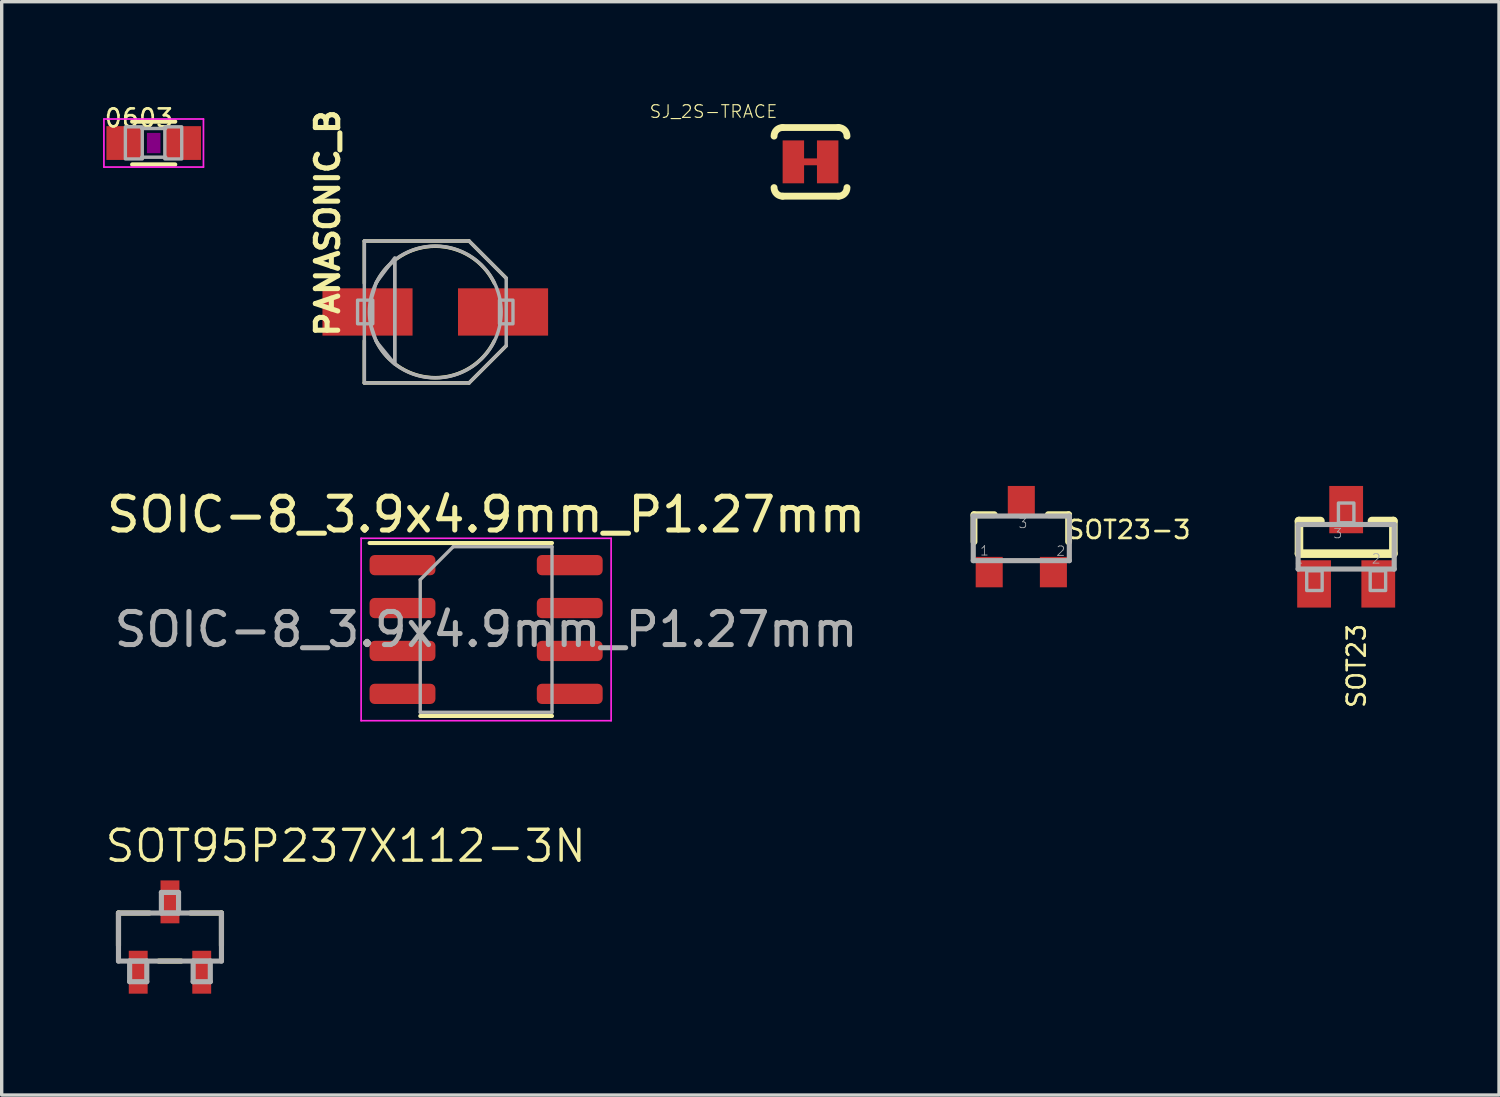
<source format=kicad_pcb>
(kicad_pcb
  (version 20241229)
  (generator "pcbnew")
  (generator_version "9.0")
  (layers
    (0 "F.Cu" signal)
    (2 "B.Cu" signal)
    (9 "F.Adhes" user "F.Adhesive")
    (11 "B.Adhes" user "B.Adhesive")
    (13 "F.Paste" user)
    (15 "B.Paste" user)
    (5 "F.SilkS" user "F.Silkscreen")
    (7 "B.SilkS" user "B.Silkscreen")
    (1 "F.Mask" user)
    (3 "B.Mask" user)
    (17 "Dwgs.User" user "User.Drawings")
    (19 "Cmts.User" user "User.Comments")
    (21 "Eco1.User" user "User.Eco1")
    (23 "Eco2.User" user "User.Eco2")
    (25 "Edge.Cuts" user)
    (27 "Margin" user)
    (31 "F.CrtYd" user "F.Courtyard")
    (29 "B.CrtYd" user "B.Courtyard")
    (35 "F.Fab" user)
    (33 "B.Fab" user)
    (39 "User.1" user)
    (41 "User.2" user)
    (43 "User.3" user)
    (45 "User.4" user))
  (footprint "PANASONIC_B"
    (layer "F.Cu")
    (at 9.834 6.184)
    (property "Reference" "PANASONIC_B" (at -3.186 0.796 270) (layer "F.SilkS") (effects (font (size 0.663 0.663) (thickness 0.15)) (justify left)))
    (fp_line (start -2.1 -2.1) (end 1 -2.1) (stroke (width 0.102) (type solid)) (layer "F.SilkS"))
    (fp_line (start -2.1 -0.85) (end -2.1 -2.1) (stroke (width 0.102) (type solid)) (layer "F.SilkS"))
    (fp_line (start -2.1 2.1) (end -2.1 0.85) (stroke (width 0.102) (type solid)) (layer "F.SilkS"))
    (fp_line (start 1 -2.1) (end 2.1 -1) (stroke (width 0.102) (type solid)) (layer "F.SilkS"))
    (fp_line (start 1 2.1) (end -2.1 2.1) (stroke (width 0.102) (type solid)) (layer "F.SilkS"))
    (fp_line (start 2.1 1) (end 1 2.1) (stroke (width 0.102) (type solid)) (layer "F.SilkS"))
    (fp_arc (start -1.75 -0.85) (mid 0 -1.945508) (end 1.75 -0.85) (stroke (width 0.1016) (type solid)) (layer "F.SilkS"))
    (fp_arc (start 1.75 0.85) (mid 0 1.945508) (end -1.75 0.85) (stroke (width 0.1016) (type solid)) (layer "F.SilkS"))
    (fp_line (start -2.1 -2.1) (end 1 -2.1) (stroke (width 0.102) (type solid)) (layer "F.Fab"))
    (fp_line (start -2.1 2.1) (end -2.1 -2.1) (stroke (width 0.102) (type solid)) (layer "F.Fab"))
    (fp_line (start -1.2 -1.5) (end -1.2 1.5) (stroke (width 0.102) (type solid)) (layer "F.Fab"))
    (fp_line (start 1 -2.1) (end 2.1 -1) (stroke (width 0.102) (type solid)) (layer "F.Fab"))
    (fp_line (start 1 2.1) (end -2.1 2.1) (stroke (width 0.102) (type solid)) (layer "F.Fab"))
    (fp_line (start 2.1 -1) (end 2.1 1) (stroke (width 0.102) (type solid)) (layer "F.Fab"))
    (fp_line (start 2.1 1) (end 1 2.1) (stroke (width 0.102) (type solid)) (layer "F.Fab"))
    (fp_circle (center 0 0) (end 1.95 0) (stroke (width 0.102) (type solid)) (fill no) (layer "F.Fab"))
    (fp_poly (pts (xy -2.3 0.35) (xy -1.85 0.35) (xy -1.85 -0.35) (xy -2.3 -0.35)) (stroke (width 0.1) (type solid)) (fill no) (layer "F.Fab"))
    (fp_poly (pts (xy 1.9 0.35) (xy 2.3 0.35) (xy 2.3 -0.35) (xy 1.9 -0.35)) (stroke (width 0.1) (type solid)) (fill no) (layer "F.Fab"))
    (fp_poly (pts (xy -1.199 1.542) (xy -1.745 0.875) (xy -1.901 0.408) (xy -1.901 -0.357) (xy -1.746 -0.873) (xy -1.199 -1.602)) (stroke (width 0.1) (type solid)) (fill no) (layer "F.Fab"))
    (pad "+" smd rect (at 2.006 0) (size 2.667 1.4) (layers "F.Cu" "F.Mask" "F.Paste"))
    (pad "-" smd rect (at -2.006 0) (size 2.667 1.4) (layers "F.Cu" "F.Mask" "F.Paste")))
  (footprint "SJ_2S-TRACE"
    (layer "F.Cu")
    (at 20.941 1.741)
    (property "Reference" "SJ_2S-TRACE" (at -0.953 -1.27 0) (layer "F.SilkS") (effects (font (size 0.374 0.374) (thickness 0.033)) (justify right bottom)))
    (fp_line (start -0.381 0) (end 0.381 0) (stroke (width 0.203) (type solid)) (layer "F.Cu"))
    (fp_poly (pts (xy -0.254 0.254) (xy 0.254 0.254) (xy 0.254 -0.254) (xy -0.254 -0.254)) (stroke (width 0) (type solid)) (fill yes) (layer "F.Mask"))
    (fp_line (start -0.826 -1.016) (end 0.826 -1.016) (stroke (width 0.203) (type solid)) (layer "F.SilkS"))
    (fp_line (start 0.826 1.016) (end -0.826 1.016) (stroke (width 0.203) (type solid)) (layer "F.SilkS"))
    (fp_arc (start -1.0795 -0.762) (mid -1.005105 -0.941605) (end -0.8255 -1.016) (stroke (width 0.2032) (type solid)) (layer "F.SilkS"))
    (fp_arc (start -0.8255 1.016) (mid -1.005105 0.941605) (end -1.0795 0.762) (stroke (width 0.2032) (type solid)) (layer "F.SilkS"))
    (fp_arc (start 0.8255 -1.016) (mid 1.005105 -0.941605) (end 1.0795 -0.762) (stroke (width 0.2032) (type solid)) (layer "F.SilkS"))
    (fp_arc (start 1.0795 0.762) (mid 1.005105 0.941605) (end 0.8255 1.016) (stroke (width 0.2032) (type solid)) (layer "F.SilkS"))
    (pad "1" smd rect (at -0.508 0 180) (size 0.635 1.27) (layers "F.Cu" "F.Mask"))
    (pad "2" smd rect (at 0.508 0 180) (size 0.635 1.27) (layers "F.Cu" "F.Mask")))
  (footprint "0603"
    (layer "F.Cu")
    (at 1.499 1.184)
    (property "Reference" "0603" (at -1.499 -0.737 0) (layer "F.SilkS") (effects (font (size 0.532 0.532) (thickness 0.078)) (justify left)))
    (fp_line (start -0.635 -0.635) (end 0.635 -0.635) (stroke (width 0.127) (type solid)) (layer "F.SilkS"))
    (fp_line (start -0.635 0.635) (end 0.635 0.635) (stroke (width 0.127) (type solid)) (layer "F.SilkS"))
    (fp_poly (pts (xy -0.2 0.3) (xy 0.2 0.3) (xy 0.2 -0.3) (xy -0.2 -0.3)) (stroke (width 0) (type solid)) (fill yes) (layer "F.Adhes"))
    (fp_line (start -1.473 -0.711) (end 1.473 -0.711) (stroke (width 0.051) (type solid)) (layer "F.CrtYd"))
    (fp_line (start -1.473 0.711) (end -1.473 -0.711) (stroke (width 0.051) (type solid)) (layer "F.CrtYd"))
    (fp_line (start 1.473 -0.711) (end 1.473 0.711) (stroke (width 0.051) (type solid)) (layer "F.CrtYd"))
    (fp_line (start 1.473 0.711) (end -1.473 0.711) (stroke (width 0.051) (type solid)) (layer "F.CrtYd"))
    (fp_line (start -0.356 -0.432) (end 0.356 -0.432) (stroke (width 0.102) (type solid)) (layer "F.Fab"))
    (fp_line (start -0.356 0.419) (end 0.356 0.419) (stroke (width 0.102) (type solid)) (layer "F.Fab"))
    (fp_poly (pts (xy -0.838 0.47) (xy -0.338 0.47) (xy -0.338 -0.48) (xy -0.838 -0.48)) (stroke (width 0.1) (type solid)) (fill no) (layer "F.Fab"))
    (fp_poly (pts (xy 0.33 0.47) (xy 0.83 0.47) (xy 0.83 -0.48) (xy 0.33 -0.48)) (stroke (width 0.1) (type solid)) (fill no) (layer "F.Fab"))
    (pad "1" smd rect (at -0.85 0) (size 1.1 1) (layers "F.Cu" "F.Mask" "F.Paste"))
    (pad "2" smd rect (at 0.85 0) (size 1.1 1) (layers "F.Cu" "F.Mask" "F.Paste")))
  (footprint "SOIC-8_3.9x4.9mm_P1.27mm"
    (layer "F.Cu")
    (at 11.339 15.583)
    (property "Reference" "SOIC-8_3.9x4.9mm_P1.27mm" (at 0 -3.4 0) (layer "F.SilkS") (effects (font (size 1 1) (thickness 0.15))))
    (attr smd)
    (fp_line (start 0 -2.56) (end -3.45 -2.56) (stroke (width 0.12) (type solid)) (layer "F.SilkS"))
    (fp_line (start 0 -2.56) (end 1.95 -2.56) (stroke (width 0.12) (type solid)) (layer "F.SilkS"))
    (fp_line (start 0 2.56) (end -1.95 2.56) (stroke (width 0.12) (type solid)) (layer "F.SilkS"))
    (fp_line (start 0 2.56) (end 1.95 2.56) (stroke (width 0.12) (type solid)) (layer "F.SilkS"))
    (fp_line (start -3.7 -2.7) (end -3.7 2.7) (stroke (width 0.05) (type solid)) (layer "F.CrtYd"))
    (fp_line (start -3.7 2.7) (end 3.7 2.7) (stroke (width 0.05) (type solid)) (layer "F.CrtYd"))
    (fp_line (start 3.7 -2.7) (end -3.7 -2.7) (stroke (width 0.05) (type solid)) (layer "F.CrtYd"))
    (fp_line (start 3.7 2.7) (end 3.7 -2.7) (stroke (width 0.05) (type solid)) (layer "F.CrtYd"))
    (fp_line (start -1.95 -1.475) (end -0.975 -2.45) (stroke (width 0.1) (type solid)) (layer "F.Fab"))
    (fp_line (start -1.95 2.45) (end -1.95 -1.475) (stroke (width 0.1) (type solid)) (layer "F.Fab"))
    (fp_line (start -0.975 -2.45) (end 1.95 -2.45) (stroke (width 0.1) (type solid)) (layer "F.Fab"))
    (fp_line (start 1.95 -2.45) (end 1.95 2.45) (stroke (width 0.1) (type solid)) (layer "F.Fab"))
    (fp_line (start 1.95 2.45) (end -1.95 2.45) (stroke (width 0.1) (type solid)) (layer "F.Fab"))
    (fp_text user "${REFERENCE}" (at 0 0 0) (layer "F.Fab") (effects (font (size 0.98 0.98) (thickness 0.15))))
    (pad "1" smd roundrect (at -2.475 -1.905) (size 1.95 0.6) (layers "F.Cu" "F.Mask" "F.Paste") (roundrect_rratio 0.25))
    (pad "2" smd roundrect (at -2.475 -0.635) (size 1.95 0.6) (layers "F.Cu" "F.Mask" "F.Paste") (roundrect_rratio 0.25))
    (pad "3" smd roundrect (at -2.475 0.635) (size 1.95 0.6) (layers "F.Cu" "F.Mask" "F.Paste") (roundrect_rratio 0.25))
    (pad "4" smd roundrect (at -2.475 1.905) (size 1.95 0.6) (layers "F.Cu" "F.Mask" "F.Paste") (roundrect_rratio 0.25))
    (pad "5" smd roundrect (at 2.475 1.905) (size 1.95 0.6) (layers "F.Cu" "F.Mask" "F.Paste") (roundrect_rratio 0.25))
    (pad "6" smd roundrect (at 2.475 0.635) (size 1.95 0.6) (layers "F.Cu" "F.Mask" "F.Paste") (roundrect_rratio 0.25))
    (pad "7" smd roundrect (at 2.475 -0.635) (size 1.95 0.6) (layers "F.Cu" "F.Mask" "F.Paste") (roundrect_rratio 0.25))
    (pad "8" smd roundrect (at 2.475 -1.905) (size 1.95 0.6) (layers "F.Cu" "F.Mask" "F.Paste") (roundrect_rratio 0.25)))
  (footprint "SOT95P237X112-3N"
    (layer "F.Cu")
    (at 1.981 24.686)
    (property "Reference" "SOT95P237X112-3N" (at -1.981 -2.159 0) (layer "F.SilkS") (effects (font (size 0.914 0.914) (thickness 0.102)) (justify left bottom)))
    (fp_line (start -1.524 -0.711) (end -1.524 0.254) (stroke (width 0.152) (type solid)) (layer "F.SilkS"))
    (fp_line (start -0.61 -0.711) (end -1.524 -0.711) (stroke (width 0.152) (type solid)) (layer "F.SilkS"))
    (fp_line (start -0.33 0.711) (end 0.33 0.711) (stroke (width 0.152) (type solid)) (layer "F.SilkS"))
    (fp_line (start 1.524 -0.711) (end 0.61 -0.711) (stroke (width 0.152) (type solid)) (layer "F.SilkS"))
    (fp_line (start 1.524 0.254) (end 1.524 -0.711) (stroke (width 0.152) (type solid)) (layer "F.SilkS"))
    (fp_line (start -1.524 -0.711) (end -1.524 0.711) (stroke (width 0.152) (type solid)) (layer "F.Fab"))
    (fp_line (start -1.524 0.711) (end 1.524 0.711) (stroke (width 0.152) (type solid)) (layer "F.Fab"))
    (fp_line (start -1.194 0.711) (end -1.194 1.321) (stroke (width 0.152) (type solid)) (layer "F.Fab"))
    (fp_line (start -1.194 1.321) (end -0.686 1.321) (stroke (width 0.152) (type solid)) (layer "F.Fab"))
    (fp_line (start -0.686 0.711) (end -1.194 0.711) (stroke (width 0.152) (type solid)) (layer "F.Fab"))
    (fp_line (start -0.686 1.321) (end -0.686 0.711) (stroke (width 0.152) (type solid)) (layer "F.Fab"))
    (fp_line (start -0.254 -1.321) (end -0.254 -0.711) (stroke (width 0.152) (type solid)) (layer "F.Fab"))
    (fp_line (start -0.254 -0.711) (end 0.254 -0.711) (stroke (width 0.152) (type solid)) (layer "F.Fab"))
    (fp_line (start 0.254 -1.321) (end -0.254 -1.321) (stroke (width 0.152) (type solid)) (layer "F.Fab"))
    (fp_line (start 0.254 -0.711) (end 0.254 -1.321) (stroke (width 0.152) (type solid)) (layer "F.Fab"))
    (fp_line (start 0.686 0.711) (end 0.686 1.321) (stroke (width 0.152) (type solid)) (layer "F.Fab"))
    (fp_line (start 0.686 1.321) (end 1.194 1.321) (stroke (width 0.152) (type solid)) (layer "F.Fab"))
    (fp_line (start 1.194 0.711) (end 0.686 0.711) (stroke (width 0.152) (type solid)) (layer "F.Fab"))
    (fp_line (start 1.194 1.321) (end 1.194 0.711) (stroke (width 0.152) (type solid)) (layer "F.Fab"))
    (fp_line (start 1.524 -0.711) (end -1.524 -0.711) (stroke (width 0.152) (type solid)) (layer "F.Fab"))
    (fp_line (start 1.524 0.711) (end 1.524 -0.711) (stroke (width 0.152) (type solid)) (layer "F.Fab"))
    (pad "1" smd rect (at -0.94 1.041) (size 0.559 1.27) (layers "F.Cu" "F.Mask" "F.Paste"))
    (pad "2" smd rect (at 0.94 1.041) (size 0.559 1.27) (layers "F.Cu" "F.Mask" "F.Paste"))
    (pad "3" smd rect (at 0 -1.041) (size 0.559 1.27) (layers "F.Cu" "F.Mask" "F.Paste")))
  (footprint "SOT23-3"
    (layer "F.Cu")
    (at 27.18 12.884)
    (property "Reference" "SOT23-3" (at 1.308 -0.254 180) (layer "F.SilkS") (effects (font (size 0.532 0.532) (thickness 0.078)) (justify left)))
    (fp_line (start -1.4 -0.7) (end -1.4 0.1) (stroke (width 0.203) (type solid)) (layer "F.SilkS"))
    (fp_line (start -0.8 -0.7) (end -1.4 -0.7) (stroke (width 0.203) (type solid)) (layer "F.SilkS"))
    (fp_line (start 0.8 -0.7) (end 1.4 -0.7) (stroke (width 0.203) (type solid)) (layer "F.SilkS"))
    (fp_line (start 1.4 -0.7) (end 1.4 0.1) (stroke (width 0.203) (type solid)) (layer "F.SilkS"))
    (fp_line (start -1.422 -0.66) (end 1.422 -0.66) (stroke (width 0.152) (type solid)) (layer "F.Fab"))
    (fp_line (start -1.422 0.66) (end -1.422 -0.66) (stroke (width 0.152) (type solid)) (layer "F.Fab"))
    (fp_line (start 1.422 -0.66) (end 1.422 0.66) (stroke (width 0.152) (type solid)) (layer "F.Fab"))
    (fp_line (start 1.422 0.66) (end -1.422 0.66) (stroke (width 0.152) (type solid)) (layer "F.Fab"))
    (fp_text user "1" (at -1.24 0.53 0) (layer "F.Fab") (effects (font (size 0.28 0.28) (thickness 0.024)) (justify left bottom)))
    (fp_text user "2" (at 1.02 0.54 0) (layer "F.Fab") (effects (font (size 0.28 0.28) (thickness 0.024)) (justify left bottom)))
    (fp_text user "3" (at -0.1 -0.28 0) (layer "F.Fab") (effects (font (size 0.28 0.28) (thickness 0.024)) (justify left bottom)))
    (pad "1" smd rect (at -0.95 1) (size 0.8 0.9) (layers "F.Cu" "F.Mask" "F.Paste"))
    (pad "2" smd rect (at 0.95 1) (size 0.8 0.9) (layers "F.Cu" "F.Mask" "F.Paste"))
    (pad "3" smd rect (at 0 -1.1) (size 0.8 0.9) (layers "F.Cu" "F.Mask" "F.Paste")))
  (footprint "SOT23"
    (layer "F.Cu")
    (at 36.796 13.134)
    (property "Reference" "SOT23" (at 0.305 2.235 270) (layer "F.SilkS") (effects (font (size 0.532 0.532) (thickness 0.078)) (justify right)))
    (fp_line (start -1.397 -0.762) (end -0.762 -0.762) (stroke (width 0.254) (type solid)) (layer "F.SilkS"))
    (fp_line (start -1.397 0.203) (end -1.397 -0.762) (stroke (width 0.254) (type solid)) (layer "F.SilkS"))
    (fp_line (start -1.397 0.203) (end 1.397 0.203) (stroke (width 0.254) (type solid)) (layer "F.SilkS"))
    (fp_line (start 0.762 -0.762) (end 1.397 -0.762) (stroke (width 0.254) (type solid)) (layer "F.SilkS"))
    (fp_line (start 1.397 -0.762) (end 1.397 0.203) (stroke (width 0.254) (type solid)) (layer "F.SilkS"))
    (fp_line (start -1.422 -0.66) (end 1.422 -0.66) (stroke (width 0.152) (type solid)) (layer "F.Fab"))
    (fp_line (start -1.422 0.66) (end -1.422 -0.66) (stroke (width 0.152) (type solid)) (layer "F.Fab"))
    (fp_line (start 1.422 -0.66) (end 1.422 0.66) (stroke (width 0.152) (type solid)) (layer "F.Fab"))
    (fp_line (start 1.422 0.66) (end -1.422 0.66) (stroke (width 0.152) (type solid)) (layer "F.Fab"))
    (fp_poly (pts (xy -1.168 1.295) (xy -0.711 1.295) (xy -0.711 0.711) (xy -1.168 0.711)) (stroke (width 0.1) (type solid)) (fill no) (layer "F.Fab"))
    (fp_poly (pts (xy -0.229 -0.711) (xy 0.229 -0.711) (xy 0.229 -1.295) (xy -0.229 -1.295)) (stroke (width 0.1) (type solid)) (fill no) (layer "F.Fab"))
    (fp_poly (pts (xy 0.711 1.295) (xy 1.168 1.295) (xy 1.168 0.711) (xy 0.711 0.711)) (stroke (width 0.1) (type solid)) (fill no) (layer "F.Fab"))
    (fp_text user "2" (at 1.04 0.52 180) (layer "F.Fab") (effects (font (size 0.28 0.28) (thickness 0.024)) (justify right bottom)))
    (fp_text user "1" (at -1.25 0.52 180) (layer "F.Fab") (effects (font (size 0.28 0.28) (thickness 0.024)) (justify right bottom)))
    (fp_text user "3" (at -0.1 -0.23 180) (layer "F.Fab") (effects (font (size 0.28 0.28) (thickness 0.024)) (justify right bottom)))
    (pad "1" smd rect (at -0.95 1.1) (size 1 1.4) (layers "F.Cu" "F.Mask" "F.Paste"))
    (pad "2" smd rect (at 0.95 1.1) (size 1 1.4) (layers "F.Cu" "F.Mask" "F.Paste"))
    (pad "3" smd rect (at 0 -1.1) (size 1 1.4) (layers "F.Cu" "F.Mask" "F.Paste")))
  (gr_rect
    (start -3 -3)
    (end 41.32 29.362)
    (stroke (width 0.1) (type default))
    (fill no)
    (layer "Edge.Cuts")))
</source>
